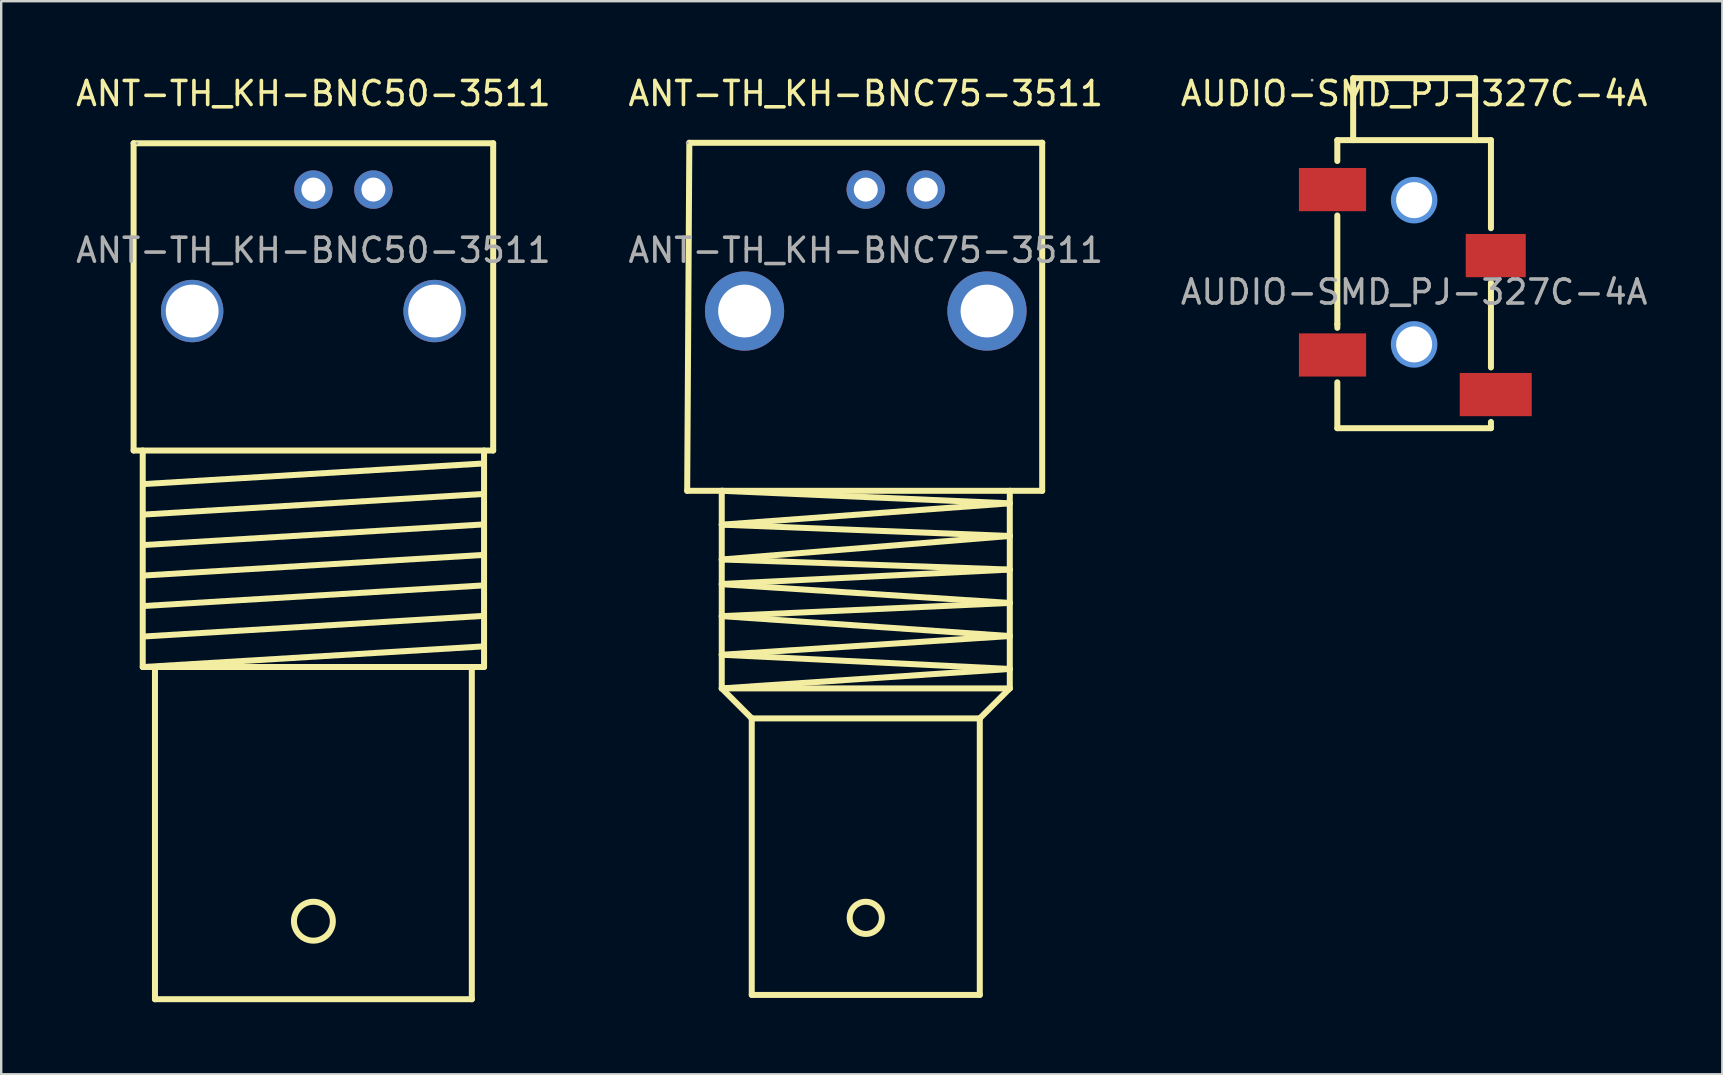
<source format=kicad_pcb>
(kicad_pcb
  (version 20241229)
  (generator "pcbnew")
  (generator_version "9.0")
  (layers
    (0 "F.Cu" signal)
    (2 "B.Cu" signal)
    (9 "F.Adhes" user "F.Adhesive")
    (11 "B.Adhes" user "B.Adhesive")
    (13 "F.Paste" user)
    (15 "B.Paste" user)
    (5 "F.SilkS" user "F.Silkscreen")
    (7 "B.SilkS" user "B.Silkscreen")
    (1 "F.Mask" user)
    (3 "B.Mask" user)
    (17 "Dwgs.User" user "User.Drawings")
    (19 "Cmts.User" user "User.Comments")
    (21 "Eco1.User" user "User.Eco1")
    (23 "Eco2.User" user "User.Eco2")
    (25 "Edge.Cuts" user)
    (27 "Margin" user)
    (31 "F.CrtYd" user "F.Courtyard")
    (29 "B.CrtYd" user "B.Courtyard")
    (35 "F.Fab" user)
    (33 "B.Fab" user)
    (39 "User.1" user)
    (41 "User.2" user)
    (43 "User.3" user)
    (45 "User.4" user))
  (footprint "ANT-TH_KH-BNC75-3511"
    (layer "F.Cu")
    (at 33.018 7.378)
    (property "Reference" "ANT-TH_KH-BNC75-3511" (at 0 -6.53 0) (layer "F.SilkS") (effects (font (size 1 1) (thickness 0.15))))
    (attr through_hole)
    (fp_line (start -7.44 10.02) (end -7.35 -4.48) (stroke (width 0.25) (type solid)) (layer "F.SilkS"))
    (fp_line (start -7.35 -4.48) (end 7.35 -4.48) (stroke (width 0.25) (type solid)) (layer "F.SilkS"))
    (fp_line (start -6 10.02) (end -7.44 10.02) (stroke (width 0.25) (type solid)) (layer "F.SilkS"))
    (fp_line (start -6 11.43) (end 6 10.54) (stroke (width 0.25) (type solid)) (layer "F.SilkS"))
    (fp_line (start -6 12.88) (end 6 11.9) (stroke (width 0.25) (type solid)) (layer "F.SilkS"))
    (fp_line (start -6 13.9) (end 6 13.3) (stroke (width 0.25) (type solid)) (layer "F.SilkS"))
    (fp_line (start -6 15.24) (end 6 14.69) (stroke (width 0.25) (type solid)) (layer "F.SilkS"))
    (fp_line (start -6 16.85) (end 6 16.07) (stroke (width 0.25) (type solid)) (layer "F.SilkS"))
    (fp_line (start -6 18.25) (end -6 10.02) (stroke (width 0.25) (type solid)) (layer "F.SilkS"))
    (fp_line (start -6 18.25) (end 6 17.44) (stroke (width 0.25) (type solid)) (layer "F.SilkS"))
    (fp_line (start -4.75 19.5) (end -6 18.25) (stroke (width 0.25) (type solid)) (layer "F.SilkS"))
    (fp_line (start -4.75 19.5) (end -4.75 19.5) (stroke (width 0.25) (type solid)) (layer "F.SilkS"))
    (fp_line (start -4.75 19.5) (end 4.75 19.5) (stroke (width 0.25) (type solid)) (layer "F.SilkS"))
    (fp_line (start -4.75 31.02) (end -4.75 19.5) (stroke (width 0.25) (type solid)) (layer "F.SilkS"))
    (fp_line (start 4.75 19.5) (end 4.75 31.02) (stroke (width 0.25) (type solid)) (layer "F.SilkS"))
    (fp_line (start 4.75 31.02) (end -4.75 31.02) (stroke (width 0.25) (type solid)) (layer "F.SilkS"))
    (fp_line (start 6 10.02) (end -6 10.02) (stroke (width 0.25) (type solid)) (layer "F.SilkS"))
    (fp_line (start 6 10.02) (end 6 18.25) (stroke (width 0.25) (type solid)) (layer "F.SilkS"))
    (fp_line (start 6 10.54) (end -6 10.02) (stroke (width 0.25) (type solid)) (layer "F.SilkS"))
    (fp_line (start 6 11.9) (end -6 11.43) (stroke (width 0.25) (type solid)) (layer "F.SilkS"))
    (fp_line (start 6 13.3) (end -6 12.88) (stroke (width 0.25) (type solid)) (layer "F.SilkS"))
    (fp_line (start 6 14.69) (end -6 13.91) (stroke (width 0.25) (type solid)) (layer "F.SilkS"))
    (fp_line (start 6 16.07) (end -6 15.24) (stroke (width 0.25) (type solid)) (layer "F.SilkS"))
    (fp_line (start 6 17.44) (end -6 16.85) (stroke (width 0.25) (type solid)) (layer "F.SilkS"))
    (fp_line (start 6 18.25) (end -5.92 18.25) (stroke (width 0.25) (type solid)) (layer "F.SilkS"))
    (fp_line (start 6 18.25) (end 4.75 19.5) (stroke (width 0.25) (type solid)) (layer "F.SilkS"))
    (fp_line (start 7.35 -4.48) (end 7.35 -4.48) (stroke (width 0.25) (type solid)) (layer "F.SilkS"))
    (fp_line (start 7.35 -4.48) (end 7.35 10.02) (stroke (width 0.25) (type solid)) (layer "F.SilkS"))
    (fp_line (start 7.35 10.02) (end 6 10.02) (stroke (width 0.25) (type solid)) (layer "F.SilkS"))
    (fp_circle (center 0 27.81) (end 0.67 27.81) (stroke (width 0.25) (type solid)) (fill no) (layer "F.SilkS"))
    (fp_circle (center -7.44 -4.47) (end -7.41 -4.47) (stroke (width 0.06) (type solid)) (fill no) (layer "F.Fab"))
    (fp_circle (center -5.05 2.53) (end -4.6 2.53) (stroke (width 0.9) (type solid)) (fill no) (layer "F.Fab"))
    (fp_circle (center 0 -2.53) (end 0.15 -2.53) (stroke (width 0.3) (type solid)) (fill no) (layer "F.Fab"))
    (fp_circle (center 2.5 -2.53) (end 2.65 -2.53) (stroke (width 0.3) (type solid)) (fill no) (layer "F.Fab"))
    (fp_circle (center 5.05 2.53) (end 5.5 2.53) (stroke (width 0.9) (type solid)) (fill no) (layer "F.Fab"))
    (fp_text user "${REFERENCE}" (at 0 0 0) (layer "F.Fab") (effects (font (size 1 1) (thickness 0.15))))
    (pad "1" thru_hole circle (at 0 -2.53 270) (size 1.6 1.6) (drill 1) (layers "*.Cu" "*.Mask"))
    (pad "2" thru_hole circle (at 2.5 -2.53 270) (size 1.6 1.6) (drill 1) (layers "*.Cu" "*.Mask"))
    (pad "3" thru_hole circle (at 5.05 2.53 180) (size 3.3 3.3) (drill 2.2) (layers "*.Cu" "*.Mask"))
    (pad "4" thru_hole circle (at -5.05 2.53 180) (size 3.3 3.3) (drill 2.2) (layers "*.Cu" "*.Mask")))
  (footprint "AUDIO-SMD_PJ-327C-4A"
    (layer "F.Cu")
    (at 55.863 9.118)
    (property "Reference" "AUDIO-SMD_PJ-327C-4A" (at 0 -8.27 0) (layer "F.SilkS") (effects (font (size 1 1) (thickness 0.15))))
    (attr smd)
    (fp_line (start -3.2 -6.33) (end 3.2 -6.33) (stroke (width 0.25) (type solid)) (layer "F.SilkS"))
    (fp_line (start -3.2 -5.46) (end -3.2 -6.33) (stroke (width 0.25) (type solid)) (layer "F.SilkS"))
    (fp_line (start -3.2 1.34) (end -3.2 -3.19) (stroke (width 0.25) (type solid)) (layer "F.SilkS"))
    (fp_line (start -3.2 1.34) (end -3.2 1.49) (stroke (width 0.25) (type solid)) (layer "F.SilkS"))
    (fp_line (start -3.2 3.76) (end -3.2 5.67) (stroke (width 0.25) (type solid)) (layer "F.SilkS"))
    (fp_line (start -3.2 5.67) (end 3.2 5.67) (stroke (width 0.25) (type solid)) (layer "F.SilkS"))
    (fp_line (start -2.54 -8.91) (end -2.54 -8.36) (stroke (width 0.25) (type solid)) (layer "F.SilkS"))
    (fp_line (start -2.54 -8.91) (end 2.54 -8.91) (stroke (width 0.25) (type solid)) (layer "F.SilkS"))
    (fp_line (start -2.54 -8.36) (end -2.54 -6.33) (stroke (width 0.25) (type solid)) (layer "F.SilkS"))
    (fp_line (start 2.54 -8.91) (end 2.54 -8.21) (stroke (width 0.25) (type solid)) (layer "F.SilkS"))
    (fp_line (start 2.54 -8.36) (end 2.54 -6.33) (stroke (width 0.25) (type solid)) (layer "F.SilkS"))
    (fp_line (start 3.2 -6.33) (end 3.2 -2.66) (stroke (width 0.25) (type solid)) (layer "F.SilkS"))
    (fp_line (start 3.2 -0.39) (end 3.2 3.14) (stroke (width 0.25) (type solid)) (layer "F.SilkS"))
    (fp_line (start 3.2 5.41) (end 3.2 5.67) (stroke (width 0.25) (type solid)) (layer "F.SilkS"))
    (fp_circle (center 0 -3.83) (end 0.32 -3.83) (stroke (width 0.65) (type solid)) (fill no) (layer "Cmts.User"))
    (fp_circle (center 0 2.18) (end 0.32 2.18) (stroke (width 0.65) (type solid)) (fill no) (layer "Cmts.User"))
    (fp_circle (center -4.25 -8.83) (end -4.22 -8.83) (stroke (width 0.06) (type solid)) (fill no) (layer "F.Fab"))
    (fp_text user "${REFERENCE}" (at 0 0 0) (layer "F.Fab") (effects (font (size 1 1) (thickness 0.15))))
    (pad "" thru_hole circle (at 0 -3.83) (size 1.5 1.5) (drill 1.5) (layers "*.Cu" "*.Mask"))
    (pad "" thru_hole circle (at 0 2.18) (size 1.5 1.5) (drill 1.5) (layers "*.Cu" "*.Mask"))
    (pad "1" smd rect (at -3.4 -4.27 90) (size 1.8 2.8) (layers "F.Cu" "F.Mask" "F.Paste"))
    (pad "2" smd rect (at -3.4 2.62 90) (size 1.8 2.8) (layers "F.Cu" "F.Mask" "F.Paste"))
    (pad "3" smd rect (at 3.4 -1.52 90) (size 1.8 2.5) (layers "F.Cu" "F.Mask" "F.Paste"))
    (pad "4" smd rect (at 3.4 4.27 90) (size 1.8 3) (layers "F.Cu" "F.Mask" "F.Paste")))
  (footprint "ANT-TH_KH-BNC50-3511"
    (layer "F.Cu")
    (at 10.006 7.378)
    (property "Reference" "ANT-TH_KH-BNC50-3511" (at 0 -6.53 0) (layer "F.SilkS") (effects (font (size 1 1) (thickness 0.15))))
    (attr through_hole)
    (fp_line (start -7.49 -4.46) (end -7.49 8.34) (stroke (width 0.25) (type solid)) (layer "F.SilkS"))
    (fp_line (start -7.49 8.34) (end 7.49 8.34) (stroke (width 0.25) (type solid)) (layer "F.SilkS"))
    (fp_line (start -7.11 17.36) (end -7.11 8.34) (stroke (width 0.25) (type solid)) (layer "F.SilkS"))
    (fp_line (start -7.09 17.36) (end -7.11 17.36) (stroke (width 0.25) (type solid)) (layer "F.SilkS"))
    (fp_line (start -6.6 17.36) (end -7.09 17.36) (stroke (width 0.25) (type solid)) (layer "F.SilkS"))
    (fp_line (start -6.6 17.36) (end -6.6 31.2) (stroke (width 0.25) (type solid)) (layer "F.SilkS"))
    (fp_line (start -6.6 31.2) (end 6.6 31.2) (stroke (width 0.25) (type solid)) (layer "F.SilkS"))
    (fp_line (start 6.6 17.36) (end -6.6 17.36) (stroke (width 0.25) (type solid)) (layer "F.SilkS"))
    (fp_line (start 6.6 31.2) (end 6.6 17.36) (stroke (width 0.25) (type solid)) (layer "F.SilkS"))
    (fp_line (start 7.09 8.88) (end -7.09 9.74) (stroke (width 0.25) (type solid)) (layer "F.SilkS"))
    (fp_line (start 7.09 10.15) (end -7.09 11.01) (stroke (width 0.25) (type solid)) (layer "F.SilkS"))
    (fp_line (start 7.09 11.42) (end -7.09 12.28) (stroke (width 0.25) (type solid)) (layer "F.SilkS"))
    (fp_line (start 7.09 12.69) (end -7.09 13.55) (stroke (width 0.25) (type solid)) (layer "F.SilkS"))
    (fp_line (start 7.09 13.96) (end -7.09 14.82) (stroke (width 0.25) (type solid)) (layer "F.SilkS"))
    (fp_line (start 7.09 15.23) (end -7.09 16.09) (stroke (width 0.25) (type solid)) (layer "F.SilkS"))
    (fp_line (start 7.09 16.5) (end -7.09 17.36) (stroke (width 0.25) (type solid)) (layer "F.SilkS"))
    (fp_line (start 7.11 8.34) (end 7.11 17.36) (stroke (width 0.25) (type solid)) (layer "F.SilkS"))
    (fp_line (start 7.11 17.36) (end 6.6 17.36) (stroke (width 0.25) (type solid)) (layer "F.SilkS"))
    (fp_line (start 7.49 -4.46) (end -7.49 -4.46) (stroke (width 0.25) (type solid)) (layer "F.SilkS"))
    (fp_line (start 7.49 8.34) (end 7.49 -4.46) (stroke (width 0.25) (type solid)) (layer "F.SilkS"))
    (fp_circle (center 0 27.95) (end 0.81 27.95) (stroke (width 0.25) (type solid)) (fill no) (layer "F.SilkS"))
    (fp_circle (center -7.35 -4.46) (end -7.32 -4.46) (stroke (width 0.06) (type solid)) (fill no) (layer "F.Fab"))
    (fp_circle (center 0 -2.53) (end 0.15 -2.53) (stroke (width 0.3) (type solid)) (fill no) (layer "F.Fab"))
    (fp_circle (center 2.5 -2.53) (end 2.65 -2.53) (stroke (width 0.3) (type solid)) (fill no) (layer "F.Fab"))
    (fp_text user "${REFERENCE}" (at 0 0 0) (layer "F.Fab") (effects (font (size 1 1) (thickness 0.15))))
    (pad "1" thru_hole circle (at 0 -2.53 270) (size 1.6 1.6) (drill 1) (layers "*.Cu" "*.Mask"))
    (pad "2" thru_hole circle (at 2.5 -2.53 270) (size 1.6 1.6) (drill 1) (layers "*.Cu" "*.Mask"))
    (pad "3" thru_hole circle (at 5.05 2.53 180) (size 2.6 2.6) (drill 2.2) (layers "*.Cu" "*.Mask"))
    (pad "4" thru_hole circle (at -5.05 2.53 180) (size 2.6 2.6) (drill 2.2) (layers "*.Cu" "*.Mask")))
  (gr_rect
    (start -3 -3)
    (end 68.702 41.703)
    (stroke (width 0.1) (type default))
    (fill no)
    (layer "Edge.Cuts")))
</source>
